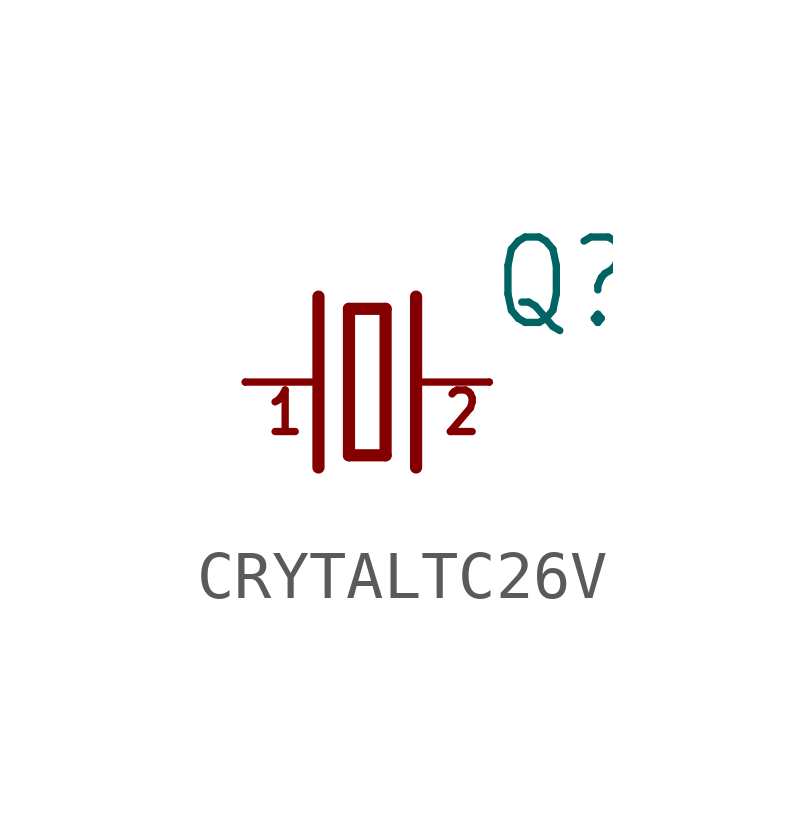
<source format=kicad_sym>
(kicad_symbol_lib
  (version 20220914)
  (generator kicad_symbol_editor)
  (symbol "CRYTALTC26V"
    (property "Reference" "Q"
      (at 2.54 1.016 0)
      (effects (font (size 1.778 1.511)) (justify left bottom)))
    (property "Value" ""
      (at 2.54 -2.54 0)
      (effects (font (size 1.778 1.511)) (justify left bottom)))
    (property "ki_locked" ""
      (at 0 0 0)
      (effects (font (size 1.27 1.27))))
    (symbol "CRYTALTC26V_1_0"
      (polyline (pts (xy -2.54 0) (xy -1.016 0)) (stroke (width 0.152) (type solid)) (fill (type none)))
      (polyline (pts (xy -1.016 1.778) (xy -1.016 -1.778)) (stroke (width 0.254) (type solid)) (fill (type none)))
      (polyline (pts (xy -0.381 -1.524) (xy 0.381 -1.524)) (stroke (width 0.254) (type solid)) (fill (type none)))
      (polyline (pts (xy -0.381 1.524) (xy -0.381 -1.524)) (stroke (width 0.254) (type solid)) (fill (type none)))
      (polyline (pts (xy 0.381 -1.524) (xy 0.381 1.524)) (stroke (width 0.254) (type solid)) (fill (type none)))
      (polyline (pts (xy 0.381 1.524) (xy -0.381 1.524)) (stroke (width 0.254) (type solid)) (fill (type none)))
      (polyline (pts (xy 1.016 0) (xy 2.54 0)) (stroke (width 0.152) (type solid)) (fill (type none)))
      (polyline (pts (xy 1.016 1.778) (xy 1.016 -1.778)) (stroke (width 0.254) (type solid)) (fill (type none)))
      (text "1" (at -2.159 -1.143 0) (effects (font (size 0.864 0.734)) (justify left bottom)))
      (text "2" (at 1.524 -1.143 0) (effects (font (size 0.864 0.734)) (justify left bottom)))
      (pin passive line (at -2.54 0 0) (length 0) (name "1" (effects (font (size 0 0)))) (number "1" (effects (font (size 0 0)))))
      (pin passive line (at 2.54 0 180) (length 0) (name "2" (effects (font (size 0 0)))) (number "2" (effects (font (size 0 0))))))))
</source>
